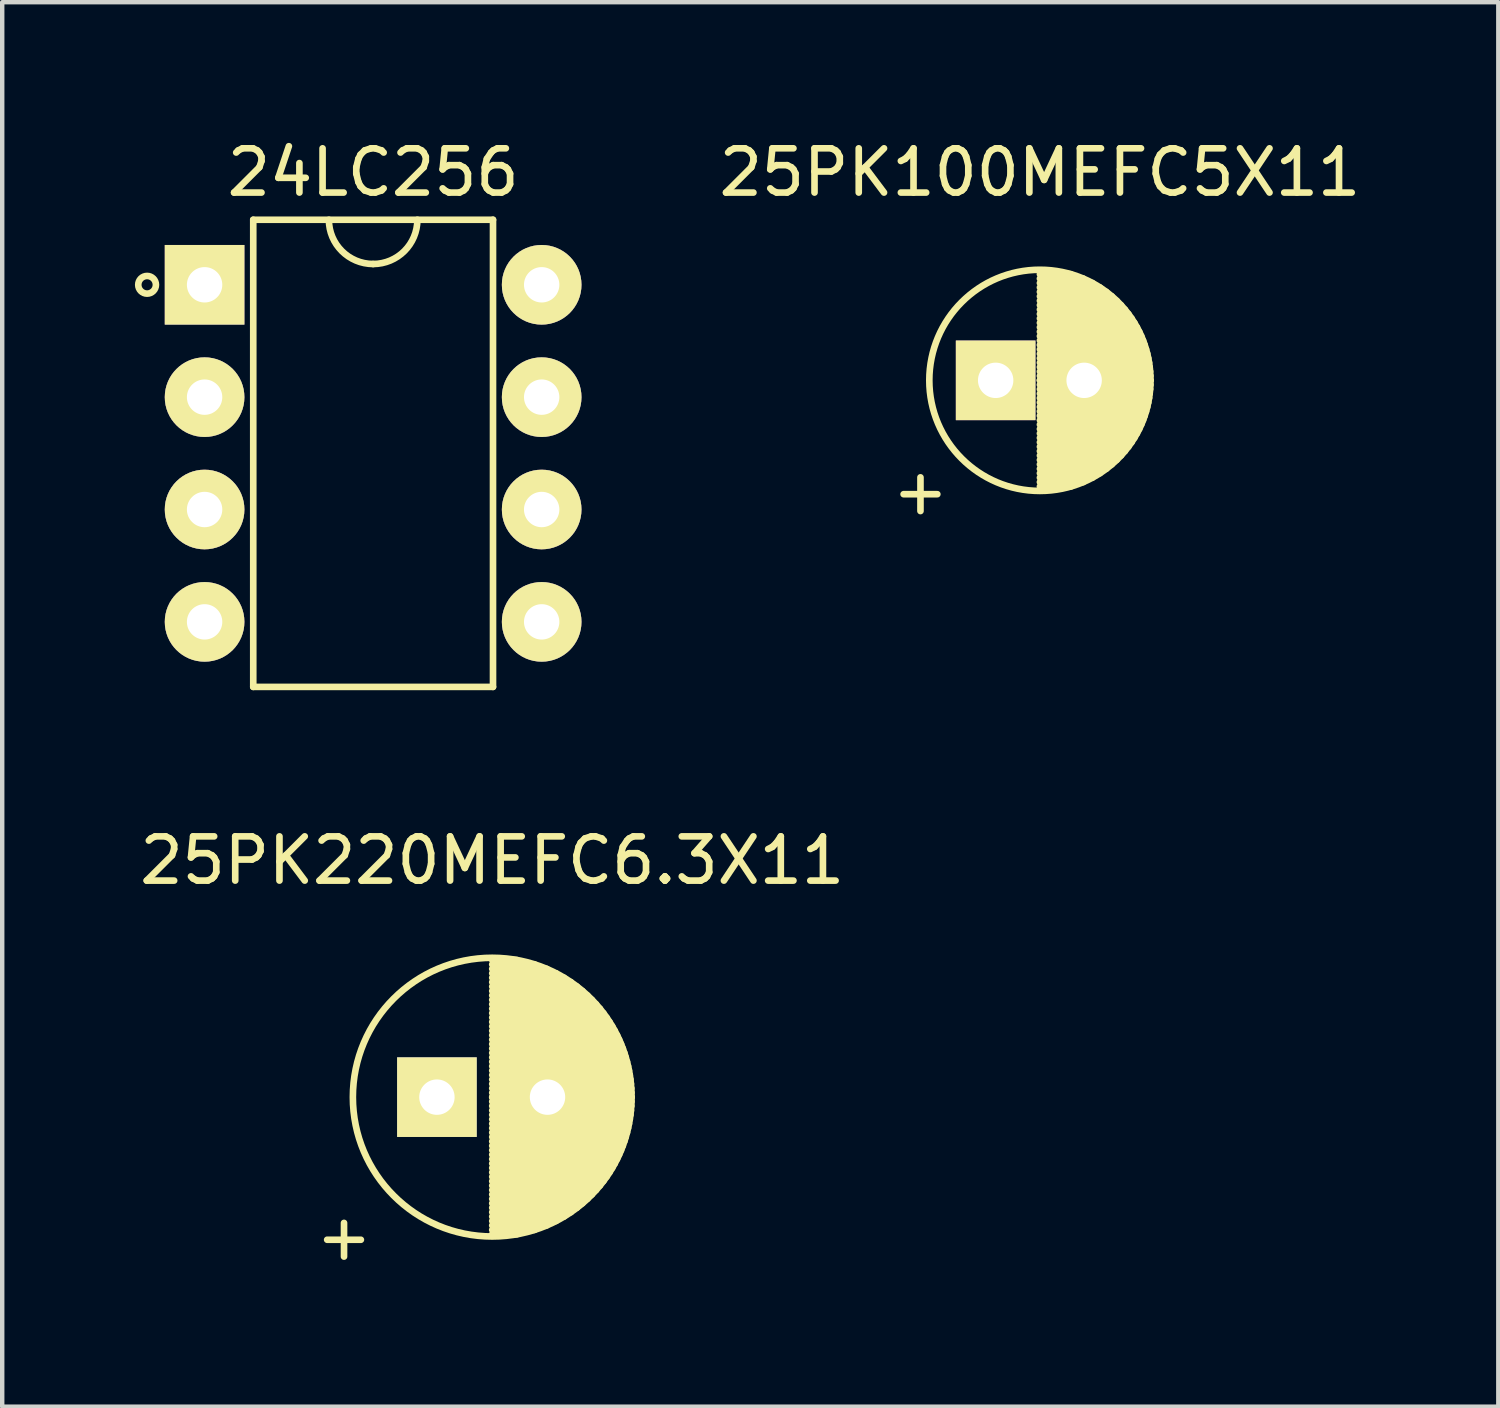
<source format=kicad_pcb>
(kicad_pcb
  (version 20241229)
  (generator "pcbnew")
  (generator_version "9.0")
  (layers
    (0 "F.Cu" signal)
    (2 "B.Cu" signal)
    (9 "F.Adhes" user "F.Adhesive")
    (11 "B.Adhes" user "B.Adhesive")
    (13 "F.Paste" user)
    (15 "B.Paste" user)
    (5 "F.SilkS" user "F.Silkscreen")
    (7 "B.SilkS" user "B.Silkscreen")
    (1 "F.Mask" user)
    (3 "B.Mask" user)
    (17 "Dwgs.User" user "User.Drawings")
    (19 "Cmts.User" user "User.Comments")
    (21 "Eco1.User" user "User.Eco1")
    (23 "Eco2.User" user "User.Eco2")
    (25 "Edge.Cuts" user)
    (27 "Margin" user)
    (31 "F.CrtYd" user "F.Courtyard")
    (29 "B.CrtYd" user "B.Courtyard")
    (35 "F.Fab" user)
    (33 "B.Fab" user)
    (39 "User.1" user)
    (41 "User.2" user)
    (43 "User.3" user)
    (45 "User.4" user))
  (footprint "25PK100MEFC5X11"
    (layer "F.Cu")
    (at 19.458 5.548)
    (property "Reference" "25PK100MEFC5X11" (at 1 -4.7 0) (layer "F.SilkS") (effects (font (size 1 1) (thickness 0.15))))
    (attr through_hole)
    (fp_line (start 1 -2.4) (end 1.7 -2.4) (stroke (width 0.15) (type solid)) (layer "F.SilkS"))
    (fp_line (start 1 -2.3) (end 1.98 -2.3) (stroke (width 0.15) (type solid)) (layer "F.SilkS"))
    (fp_line (start 1 -2.2) (end 2.187 -2.2) (stroke (width 0.15) (type solid)) (layer "F.SilkS"))
    (fp_line (start 1 -2.1) (end 2.356 -2.1) (stroke (width 0.15) (type solid)) (layer "F.SilkS"))
    (fp_line (start 1 -2) (end 2.5 -2) (stroke (width 0.15) (type solid)) (layer "F.SilkS"))
    (fp_line (start 1 -1.9) (end 2.625 -1.9) (stroke (width 0.15) (type solid)) (layer "F.SilkS"))
    (fp_line (start 1 -1.8) (end 2.735 -1.8) (stroke (width 0.15) (type solid)) (layer "F.SilkS"))
    (fp_line (start 1 -1.7) (end 2.833 -1.7) (stroke (width 0.15) (type solid)) (layer "F.SilkS"))
    (fp_line (start 1 -1.6) (end 2.921 -1.6) (stroke (width 0.15) (type solid)) (layer "F.SilkS"))
    (fp_line (start 1 -1.5) (end 3 -1.5) (stroke (width 0.15) (type solid)) (layer "F.SilkS"))
    (fp_line (start 1 -1.4) (end 3.071 -1.4) (stroke (width 0.15) (type solid)) (layer "F.SilkS"))
    (fp_line (start 1 -1.3) (end 3.135 -1.3) (stroke (width 0.15) (type solid)) (layer "F.SilkS"))
    (fp_line (start 1 -1.2) (end 3.193 -1.2) (stroke (width 0.15) (type solid)) (layer "F.SilkS"))
    (fp_line (start 1 -1.1) (end 3.245 -1.1) (stroke (width 0.15) (type solid)) (layer "F.SilkS"))
    (fp_line (start 1 -1) (end 3.291 -1) (stroke (width 0.15) (type solid)) (layer "F.SilkS"))
    (fp_line (start 1 -0.9) (end 3.332 -0.9) (stroke (width 0.15) (type solid)) (layer "F.SilkS"))
    (fp_line (start 1 -0.8) (end 3.369 -0.8) (stroke (width 0.15) (type solid)) (layer "F.SilkS"))
    (fp_line (start 1 -0.7) (end 3.4 -0.7) (stroke (width 0.15) (type solid)) (layer "F.SilkS"))
    (fp_line (start 1 -0.6) (end 3.427 -0.6) (stroke (width 0.15) (type solid)) (layer "F.SilkS"))
    (fp_line (start 1 -0.5) (end 3.449 -0.5) (stroke (width 0.15) (type solid)) (layer "F.SilkS"))
    (fp_line (start 1 -0.4) (end 3.468 -0.4) (stroke (width 0.15) (type solid)) (layer "F.SilkS"))
    (fp_line (start 1 -0.3) (end 3.482 -0.3) (stroke (width 0.15) (type solid)) (layer "F.SilkS"))
    (fp_line (start 1 -0.2) (end 3.492 -0.2) (stroke (width 0.15) (type solid)) (layer "F.SilkS"))
    (fp_line (start 1 -0.1) (end 3.498 -0.1) (stroke (width 0.15) (type solid)) (layer "F.SilkS"))
    (fp_line (start 1 0) (end 3.5 0) (stroke (width 0.15) (type solid)) (layer "F.SilkS"))
    (fp_line (start 1 0) (end 3.5 0) (stroke (width 0.15) (type solid)) (layer "F.SilkS"))
    (fp_line (start 1 0.1) (end 3.498 0.1) (stroke (width 0.15) (type solid)) (layer "F.SilkS"))
    (fp_line (start 1 0.2) (end 3.492 0.2) (stroke (width 0.15) (type solid)) (layer "F.SilkS"))
    (fp_line (start 1 0.3) (end 3.482 0.3) (stroke (width 0.15) (type solid)) (layer "F.SilkS"))
    (fp_line (start 1 0.4) (end 3.468 0.4) (stroke (width 0.15) (type solid)) (layer "F.SilkS"))
    (fp_line (start 1 0.5) (end 3.449 0.5) (stroke (width 0.15) (type solid)) (layer "F.SilkS"))
    (fp_line (start 1 0.6) (end 3.427 0.6) (stroke (width 0.15) (type solid)) (layer "F.SilkS"))
    (fp_line (start 1 0.7) (end 3.4 0.7) (stroke (width 0.15) (type solid)) (layer "F.SilkS"))
    (fp_line (start 1 0.8) (end 3.369 0.8) (stroke (width 0.15) (type solid)) (layer "F.SilkS"))
    (fp_line (start 1 0.9) (end 3.332 0.9) (stroke (width 0.15) (type solid)) (layer "F.SilkS"))
    (fp_line (start 1 1) (end 3.291 1) (stroke (width 0.15) (type solid)) (layer "F.SilkS"))
    (fp_line (start 1 1.1) (end 3.245 1.1) (stroke (width 0.15) (type solid)) (layer "F.SilkS"))
    (fp_line (start 1 1.2) (end 3.193 1.2) (stroke (width 0.15) (type solid)) (layer "F.SilkS"))
    (fp_line (start 1 1.3) (end 3.135 1.3) (stroke (width 0.15) (type solid)) (layer "F.SilkS"))
    (fp_line (start 1 1.4) (end 3.071 1.4) (stroke (width 0.15) (type solid)) (layer "F.SilkS"))
    (fp_line (start 1 1.5) (end 3 1.5) (stroke (width 0.15) (type solid)) (layer "F.SilkS"))
    (fp_line (start 1 1.6) (end 2.921 1.6) (stroke (width 0.15) (type solid)) (layer "F.SilkS"))
    (fp_line (start 1 1.7) (end 2.833 1.7) (stroke (width 0.15) (type solid)) (layer "F.SilkS"))
    (fp_line (start 1 1.8) (end 2.735 1.8) (stroke (width 0.15) (type solid)) (layer "F.SilkS"))
    (fp_line (start 1 1.9) (end 2.625 1.9) (stroke (width 0.15) (type solid)) (layer "F.SilkS"))
    (fp_line (start 1 2) (end 2.5 2) (stroke (width 0.15) (type solid)) (layer "F.SilkS"))
    (fp_line (start 1 2.1) (end 2.356 2.1) (stroke (width 0.15) (type solid)) (layer "F.SilkS"))
    (fp_line (start 1 2.2) (end 2.187 2.2) (stroke (width 0.15) (type solid)) (layer "F.SilkS"))
    (fp_line (start 1 2.3) (end 1.98 2.3) (stroke (width 0.15) (type solid)) (layer "F.SilkS"))
    (fp_line (start 1 2.4) (end 1.7 2.4) (stroke (width 0.15) (type solid)) (layer "F.SilkS"))
    (fp_circle (center 1 0) (end 1 -2.5) (stroke (width 0.15) (type solid)) (fill no) (layer "F.SilkS"))
    (fp_text user "+" (at -1.7 2.5 0) (layer "F.SilkS") (effects (font (size 1 1) (thickness 0.15))))
    (pad "1" thru_hole rect (at 0 0) (size 1.8 1.8) (drill 0.8) (layers "*.Cu" "*.Mask" "F.SilkS"))
    (pad "2" thru_hole circle (at 2 0) (size 1.8 1.8) (drill 0.8) (layers "*.Cu" "*.Mask" "F.SilkS")))
  (footprint "25PK220MEFC6.3X11"
    (layer "F.Cu")
    (at 6.827 21.752)
    (property "Reference" "25PK220MEFC6.3X11" (at 1.25 -5.35 0) (layer "F.SilkS") (effects (font (size 1 1) (thickness 0.15))))
    (attr through_hole)
    (fp_line (start 1.25 -3.1) (end 1.809 -3.1) (stroke (width 0.15) (type solid)) (layer "F.SilkS"))
    (fp_line (start 1.25 -3) (end 2.21 -3) (stroke (width 0.15) (type solid)) (layer "F.SilkS"))
    (fp_line (start 1.25 -2.9) (end 2.48 -2.9) (stroke (width 0.15) (type solid)) (layer "F.SilkS"))
    (fp_line (start 1.25 -2.8) (end 2.693 -2.8) (stroke (width 0.15) (type solid)) (layer "F.SilkS"))
    (fp_line (start 1.25 -2.7) (end 2.872 -2.7) (stroke (width 0.15) (type solid)) (layer "F.SilkS"))
    (fp_line (start 1.25 -2.6) (end 3.028 -2.6) (stroke (width 0.15) (type solid)) (layer "F.SilkS"))
    (fp_line (start 1.25 -2.5) (end 3.166 -2.5) (stroke (width 0.15) (type solid)) (layer "F.SilkS"))
    (fp_line (start 1.25 -2.4) (end 3.29 -2.4) (stroke (width 0.15) (type solid)) (layer "F.SilkS"))
    (fp_line (start 1.25 -2.3) (end 3.402 -2.3) (stroke (width 0.15) (type solid)) (layer "F.SilkS"))
    (fp_line (start 1.25 -2.2) (end 3.504 -2.2) (stroke (width 0.15) (type solid)) (layer "F.SilkS"))
    (fp_line (start 1.25 -2.1) (end 3.598 -2.1) (stroke (width 0.15) (type solid)) (layer "F.SilkS"))
    (fp_line (start 1.25 -2) (end 3.684 -2) (stroke (width 0.15) (type solid)) (layer "F.SilkS"))
    (fp_line (start 1.25 -1.9) (end 3.762 -1.9) (stroke (width 0.15) (type solid)) (layer "F.SilkS"))
    (fp_line (start 1.25 -1.8) (end 3.835 -1.8) (stroke (width 0.15) (type solid)) (layer "F.SilkS"))
    (fp_line (start 1.25 -1.7) (end 3.902 -1.7) (stroke (width 0.15) (type solid)) (layer "F.SilkS"))
    (fp_line (start 1.25 -1.6) (end 3.963 -1.6) (stroke (width 0.15) (type solid)) (layer "F.SilkS"))
    (fp_line (start 1.25 -1.5) (end 4.02 -1.5) (stroke (width 0.15) (type solid)) (layer "F.SilkS"))
    (fp_line (start 1.25 -1.4) (end 4.072 -1.4) (stroke (width 0.15) (type solid)) (layer "F.SilkS"))
    (fp_line (start 1.25 -1.3) (end 4.119 -1.3) (stroke (width 0.15) (type solid)) (layer "F.SilkS"))
    (fp_line (start 1.25 -1.2) (end 4.162 -1.2) (stroke (width 0.15) (type solid)) (layer "F.SilkS"))
    (fp_line (start 1.25 -1.1) (end 4.202 -1.1) (stroke (width 0.15) (type solid)) (layer "F.SilkS"))
    (fp_line (start 1.25 -1) (end 4.237 -1) (stroke (width 0.15) (type solid)) (layer "F.SilkS"))
    (fp_line (start 1.25 -0.9) (end 4.269 -0.9) (stroke (width 0.15) (type solid)) (layer "F.SilkS"))
    (fp_line (start 1.25 -0.8) (end 4.297 -0.8) (stroke (width 0.15) (type solid)) (layer "F.SilkS"))
    (fp_line (start 1.25 -0.7) (end 4.321 -0.7) (stroke (width 0.15) (type solid)) (layer "F.SilkS"))
    (fp_line (start 1.25 -0.6) (end 4.342 -0.6) (stroke (width 0.15) (type solid)) (layer "F.SilkS"))
    (fp_line (start 1.25 -0.5) (end 4.36 -0.5) (stroke (width 0.15) (type solid)) (layer "F.SilkS"))
    (fp_line (start 1.25 -0.4) (end 4.375 -0.4) (stroke (width 0.15) (type solid)) (layer "F.SilkS"))
    (fp_line (start 1.25 -0.3) (end 4.386 -0.3) (stroke (width 0.15) (type solid)) (layer "F.SilkS"))
    (fp_line (start 1.25 -0.2) (end 4.394 -0.2) (stroke (width 0.15) (type solid)) (layer "F.SilkS"))
    (fp_line (start 1.25 -0.1) (end 4.398 -0.1) (stroke (width 0.15) (type solid)) (layer "F.SilkS"))
    (fp_line (start 1.25 0) (end 4.4 0) (stroke (width 0.15) (type solid)) (layer "F.SilkS"))
    (fp_line (start 1.25 0) (end 4.4 0) (stroke (width 0.15) (type solid)) (layer "F.SilkS"))
    (fp_line (start 1.25 0.1) (end 4.398 0.1) (stroke (width 0.15) (type solid)) (layer "F.SilkS"))
    (fp_line (start 1.25 0.2) (end 4.394 0.2) (stroke (width 0.15) (type solid)) (layer "F.SilkS"))
    (fp_line (start 1.25 0.3) (end 4.386 0.3) (stroke (width 0.15) (type solid)) (layer "F.SilkS"))
    (fp_line (start 1.25 0.4) (end 4.375 0.4) (stroke (width 0.15) (type solid)) (layer "F.SilkS"))
    (fp_line (start 1.25 0.5) (end 4.36 0.5) (stroke (width 0.15) (type solid)) (layer "F.SilkS"))
    (fp_line (start 1.25 0.6) (end 4.342 0.6) (stroke (width 0.15) (type solid)) (layer "F.SilkS"))
    (fp_line (start 1.25 0.7) (end 4.321 0.7) (stroke (width 0.15) (type solid)) (layer "F.SilkS"))
    (fp_line (start 1.25 0.8) (end 4.297 0.8) (stroke (width 0.15) (type solid)) (layer "F.SilkS"))
    (fp_line (start 1.25 0.9) (end 4.269 0.9) (stroke (width 0.15) (type solid)) (layer "F.SilkS"))
    (fp_line (start 1.25 1) (end 4.237 1) (stroke (width 0.15) (type solid)) (layer "F.SilkS"))
    (fp_line (start 1.25 1.1) (end 4.202 1.1) (stroke (width 0.15) (type solid)) (layer "F.SilkS"))
    (fp_line (start 1.25 1.2) (end 4.162 1.2) (stroke (width 0.15) (type solid)) (layer "F.SilkS"))
    (fp_line (start 1.25 1.3) (end 4.119 1.3) (stroke (width 0.15) (type solid)) (layer "F.SilkS"))
    (fp_line (start 1.25 1.4) (end 4.072 1.4) (stroke (width 0.15) (type solid)) (layer "F.SilkS"))
    (fp_line (start 1.25 1.5) (end 4.02 1.5) (stroke (width 0.15) (type solid)) (layer "F.SilkS"))
    (fp_line (start 1.25 1.6) (end 3.963 1.6) (stroke (width 0.15) (type solid)) (layer "F.SilkS"))
    (fp_line (start 1.25 1.7) (end 3.902 1.7) (stroke (width 0.15) (type solid)) (layer "F.SilkS"))
    (fp_line (start 1.25 1.8) (end 3.835 1.8) (stroke (width 0.15) (type solid)) (layer "F.SilkS"))
    (fp_line (start 1.25 1.9) (end 3.762 1.9) (stroke (width 0.15) (type solid)) (layer "F.SilkS"))
    (fp_line (start 1.25 2) (end 3.684 2) (stroke (width 0.15) (type solid)) (layer "F.SilkS"))
    (fp_line (start 1.25 2.1) (end 3.598 2.1) (stroke (width 0.15) (type solid)) (layer "F.SilkS"))
    (fp_line (start 1.25 2.2) (end 3.504 2.2) (stroke (width 0.15) (type solid)) (layer "F.SilkS"))
    (fp_line (start 1.25 2.3) (end 3.402 2.3) (stroke (width 0.15) (type solid)) (layer "F.SilkS"))
    (fp_line (start 1.25 2.4) (end 3.29 2.4) (stroke (width 0.15) (type solid)) (layer "F.SilkS"))
    (fp_line (start 1.25 2.5) (end 3.166 2.5) (stroke (width 0.15) (type solid)) (layer "F.SilkS"))
    (fp_line (start 1.25 2.6) (end 3.028 2.6) (stroke (width 0.15) (type solid)) (layer "F.SilkS"))
    (fp_line (start 1.25 2.7) (end 2.872 2.7) (stroke (width 0.15) (type solid)) (layer "F.SilkS"))
    (fp_line (start 1.25 2.8) (end 2.693 2.8) (stroke (width 0.15) (type solid)) (layer "F.SilkS"))
    (fp_line (start 1.25 2.9) (end 2.48 2.9) (stroke (width 0.15) (type solid)) (layer "F.SilkS"))
    (fp_line (start 1.25 3) (end 2.21 3) (stroke (width 0.15) (type solid)) (layer "F.SilkS"))
    (fp_line (start 1.25 3.1) (end 1.809 3.1) (stroke (width 0.15) (type solid)) (layer "F.SilkS"))
    (fp_circle (center 1.25 0) (end 1.25 -3.15) (stroke (width 0.15) (type solid)) (fill no) (layer "F.SilkS"))
    (fp_text user "+" (at -2.1 3.15 0) (layer "F.SilkS") (effects (font (size 1 1) (thickness 0.15))))
    (pad "1" thru_hole rect (at 0 0) (size 1.8 1.8) (drill 0.8) (layers "*.Cu" "*.Mask" "F.SilkS"))
    (pad "2" thru_hole circle (at 2.5 0) (size 1.8 1.8) (drill 0.8) (layers "*.Cu" "*.Mask" "F.SilkS")))
  (footprint "24LC256"
    (layer "F.Cu")
    (at 1.575 3.388)
    (property "Reference" "24LC256" (at 3.81 -2.54 0) (layer "F.SilkS") (effects (font (size 1 1) (thickness 0.15))))
    (attr through_hole)
    (fp_line (start 1.1 -1.47) (end 6.52 -1.47) (stroke (width 0.15) (type solid)) (layer "F.SilkS"))
    (fp_line (start 1.1 9.09) (end 1.1 -1.47) (stroke (width 0.15) (type solid)) (layer "F.SilkS"))
    (fp_line (start 6.52 -1.47) (end 6.52 9.09) (stroke (width 0.15) (type solid)) (layer "F.SilkS"))
    (fp_line (start 6.52 9.09) (end 1.1 9.09) (stroke (width 0.15) (type solid)) (layer "F.SilkS"))
    (fp_arc (start 3.81 -0.47) (mid 3.102893 -0.762893) (end 2.81 -1.47) (stroke (width 0.15) (type solid)) (layer "F.SilkS"))
    (fp_arc (start 4.81 -1.47) (mid 4.517107 -0.762893) (end 3.81 -0.47) (stroke (width 0.15) (type solid)) (layer "F.SilkS"))
    (fp_circle (center -1.3 0) (end -1.3 0.2) (stroke (width 0.15) (type solid)) (fill no) (layer "F.SilkS"))
    (pad "1" thru_hole rect (at 0 0) (size 1.8 1.8) (drill 0.8) (layers "*.Cu" "*.Mask" "F.SilkS"))
    (pad "2" thru_hole circle (at 0 2.54) (size 1.8 1.8) (drill 0.8) (layers "*.Cu" "*.Mask" "F.SilkS"))
    (pad "3" thru_hole circle (at 0 5.08) (size 1.8 1.8) (drill 0.8) (layers "*.Cu" "*.Mask" "F.SilkS"))
    (pad "4" thru_hole circle (at 0 7.62) (size 1.8 1.8) (drill 0.8) (layers "*.Cu" "*.Mask" "F.SilkS"))
    (pad "5" thru_hole circle (at 7.62 7.62) (size 1.8 1.8) (drill 0.8) (layers "*.Cu" "*.Mask" "F.SilkS"))
    (pad "6" thru_hole circle (at 7.62 5.08) (size 1.8 1.8) (drill 0.8) (layers "*.Cu" "*.Mask" "F.SilkS"))
    (pad "7" thru_hole circle (at 7.62 2.54) (size 1.8 1.8) (drill 0.8) (layers "*.Cu" "*.Mask" "F.SilkS"))
    (pad "8" thru_hole circle (at 7.62 0) (size 1.8 1.8) (drill 0.8) (layers "*.Cu" "*.Mask" "F.SilkS")))
  (gr_rect
    (start -3 -3)
    (end 30.821 28.75)
    (stroke (width 0.1) (type default))
    (fill no)
    (layer "Edge.Cuts")))
</source>
